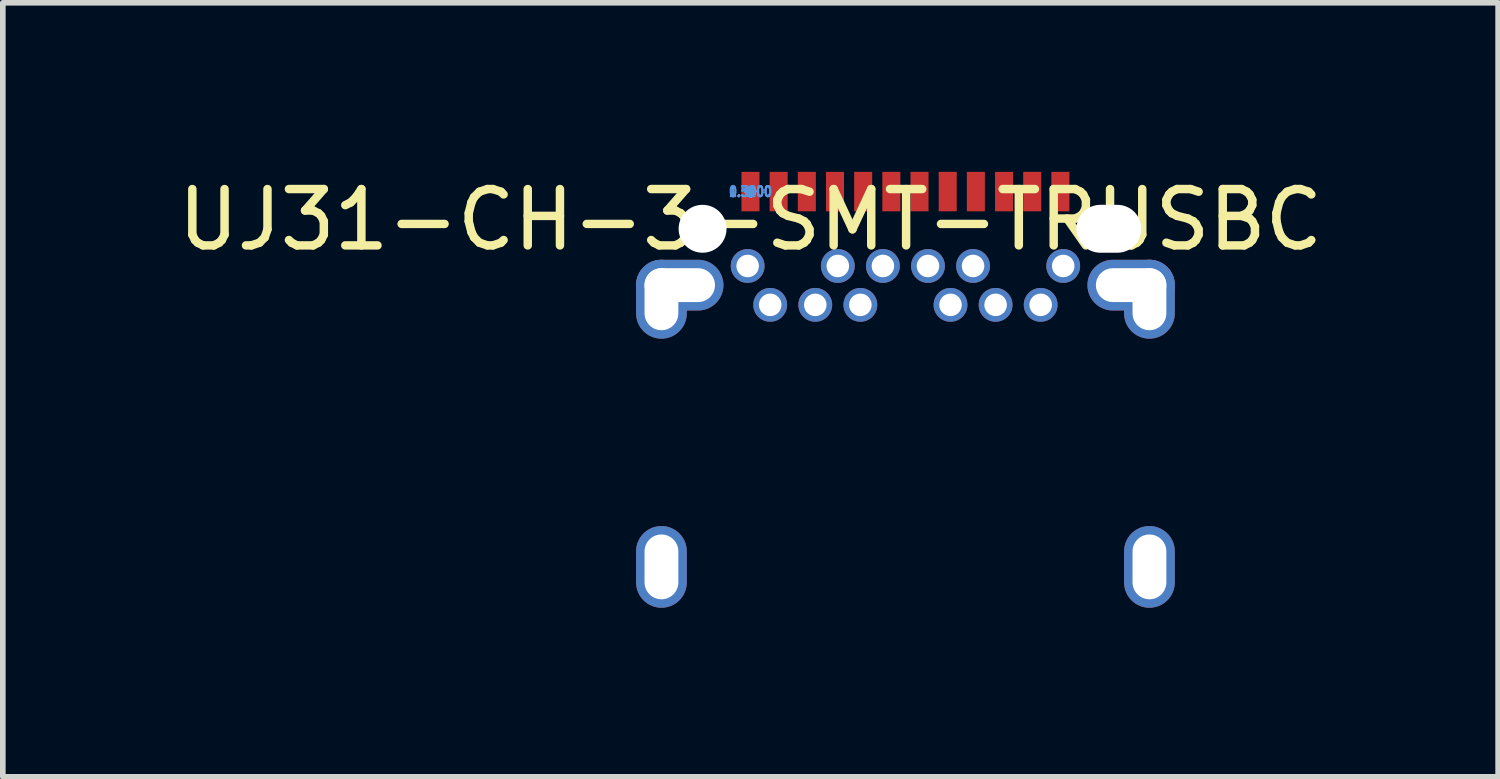
<source format=kicad_pcb>
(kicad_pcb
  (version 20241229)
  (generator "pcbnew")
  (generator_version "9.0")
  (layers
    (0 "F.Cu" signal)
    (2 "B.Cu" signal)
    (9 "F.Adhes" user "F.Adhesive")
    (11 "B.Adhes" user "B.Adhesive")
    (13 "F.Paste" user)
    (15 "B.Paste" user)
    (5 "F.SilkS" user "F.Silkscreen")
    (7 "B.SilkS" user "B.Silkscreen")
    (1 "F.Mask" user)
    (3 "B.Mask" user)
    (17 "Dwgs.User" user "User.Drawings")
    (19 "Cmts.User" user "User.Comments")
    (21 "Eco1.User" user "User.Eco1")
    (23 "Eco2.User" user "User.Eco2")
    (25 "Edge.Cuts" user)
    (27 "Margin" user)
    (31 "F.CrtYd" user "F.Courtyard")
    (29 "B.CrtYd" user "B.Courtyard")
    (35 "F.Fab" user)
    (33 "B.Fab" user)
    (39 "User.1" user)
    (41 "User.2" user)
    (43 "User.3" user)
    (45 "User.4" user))
  (footprint "UJ31-CH-3-SMT-TRUSBC"
    (layer "F.Cu")
    (at 10.268 0.35)
    (property "Reference" "UJ31-CH-3-SMT-TRUSBC" (at 0 0.5 0) (layer "F.SilkS") (effects (font (size 1 1) (thickness 0.15))))
    (attr through_hole)
    (fp_line (start 0 0) (end 0 0) (stroke (width 0.1) (type solid)) (layer "Dwgs.User"))
    (fp_line (start 0 0) (end 0 0) (stroke (width 0.1) (type solid)) (layer "Dwgs.User"))
    (fp_line (start 0 0) (end 0 0) (stroke (width 0.1) (type solid)) (layer "Dwgs.User"))
    (fp_line (start 0 0) (end 0 0) (stroke (width 0.1) (type solid)) (layer "Dwgs.User"))
    (fp_line (start 0 0) (end 0 0) (stroke (width 0.1) (type solid)) (layer "Dwgs.User"))
    (fp_line (start 0 0) (end 0 0) (stroke (width 0.1) (type solid)) (layer "Dwgs.User"))
    (fp_line (start 0 0) (end 0 0) (stroke (width 0.1) (type solid)) (layer "Dwgs.User"))
    (fp_line (start 0 0) (end 0 0) (stroke (width 0.1) (type solid)) (layer "Dwgs.User"))
    (fp_line (start 0 0) (end 0 0) (stroke (width 0.1) (type solid)) (layer "Dwgs.User"))
    (fp_line (start 0 0) (end 0 0) (stroke (width 0.1) (type solid)) (layer "Dwgs.User"))
    (fp_line (start 0 0) (end 0 0) (stroke (width 0.1) (type solid)) (layer "Dwgs.User"))
    (fp_line (start 0 0) (end 0 0) (stroke (width 0.1) (type solid)) (layer "Dwgs.User"))
    (fp_line (start 0 0) (end 0 0) (stroke (width 0.1) (type solid)) (layer "Dwgs.User"))
    (fp_line (start 0 0) (end 0 0) (stroke (width 0.1) (type solid)) (layer "Dwgs.User"))
    (fp_line (start 0 0) (end 0 0) (stroke (width 0.1) (type solid)) (layer "Dwgs.User"))
    (fp_line (start 0 0) (end 0 0) (stroke (width 0.1) (type solid)) (layer "Dwgs.User"))
    (fp_line (start 0 0) (end 0 0) (stroke (width 0.1) (type solid)) (layer "Dwgs.User"))
    (fp_line (start 0 0) (end 0 0) (stroke (width 0.1) (type solid)) (layer "Dwgs.User"))
    (fp_line (start 0 0) (end 0 0) (stroke (width 0.1) (type solid)) (layer "Dwgs.User"))
    (fp_line (start 0 0) (end 0 0) (stroke (width 0.1) (type solid)) (layer "Dwgs.User"))
    (fp_line (start 0 0) (end 0 0) (stroke (width 0.1) (type solid)) (layer "Dwgs.User"))
    (fp_line (start 0 0) (end 0 0) (stroke (width 0.1) (type solid)) (layer "Dwgs.User"))
    (fp_line (start 0 0) (end 0 0) (stroke (width 0.1) (type solid)) (layer "Dwgs.User"))
    (fp_line (start 0 0) (end 0 0) (stroke (width 0.1) (type solid)) (layer "Dwgs.User"))
    (fp_line (start 0 0) (end 0 0) (stroke (width 0.1) (type solid)) (layer "Dwgs.User"))
    (fp_line (start 0 0) (end 0 0) (stroke (width 0.1) (type solid)) (layer "Dwgs.User"))
    (fp_line (start 0 0) (end 0 0) (stroke (width 0.1) (type solid)) (layer "Dwgs.User"))
    (fp_line (start 0 0) (end 0 0) (stroke (width 0.1) (type solid)) (layer "Dwgs.User"))
    (fp_line (start 0 0) (end 0 0) (stroke (width 0.1) (type solid)) (layer "Dwgs.User"))
    (fp_line (start 0 0) (end 0 0) (stroke (width 0.1) (type solid)) (layer "Dwgs.User"))
    (fp_line (start 0 0) (end 0 0) (stroke (width 0.1) (type solid)) (layer "Dwgs.User"))
    (fp_line (start 0 0) (end 0 0) (stroke (width 0.1) (type solid)) (layer "Dwgs.User"))
    (fp_line (start 0 0) (end 0 0) (stroke (width 0.1) (type solid)) (layer "Dwgs.User"))
    (fp_line (start 0 0) (end 0 0) (stroke (width 0.1) (type solid)) (layer "Dwgs.User"))
    (fp_line (start 0 0) (end 0 0) (stroke (width 0.1) (type solid)) (layer "Dwgs.User"))
    (fp_line (start 0 0) (end 0 0) (stroke (width 0.1) (type solid)) (layer "Dwgs.User"))
    (fp_line (start 0 0) (end 0 0) (stroke (width 0.1) (type solid)) (layer "Dwgs.User"))
    (fp_line (start 0 0) (end 0 0) (stroke (width 0.1) (type solid)) (layer "Dwgs.User"))
    (fp_line (start 0 0) (end 0 0) (stroke (width 0.1) (type solid)) (layer "Dwgs.User"))
    (fp_line (start 0 0) (end 0 0) (stroke (width 0.1) (type solid)) (layer "Dwgs.User"))
    (fp_line (start 0 0) (end 0 0) (stroke (width 0.1) (type solid)) (layer "Dwgs.User"))
    (fp_line (start 0 0) (end 0 0) (stroke (width 0.1) (type solid)) (layer "Dwgs.User"))
    (fp_line (start 0 0) (end 0 0) (stroke (width 0.1) (type solid)) (layer "Dwgs.User"))
    (fp_line (start 0 0) (end 0 0) (stroke (width 0.1) (type solid)) (layer "Dwgs.User"))
    (fp_line (start 0 0) (end 0 0) (stroke (width 0.1) (type solid)) (layer "Dwgs.User"))
    (fp_line (start 0 0) (end 0 0) (stroke (width 0.1) (type solid)) (layer "Dwgs.User"))
    (fp_line (start 0 0) (end 0 0) (stroke (width 0.1) (type solid)) (layer "Dwgs.User"))
    (fp_line (start 0 0) (end 0 0) (stroke (width 0.1) (type solid)) (layer "Dwgs.User"))
    (fp_line (start 0 0) (end 0 0) (stroke (width 0.1) (type solid)) (layer "Dwgs.User"))
    (fp_line (start 0 0) (end 0 0) (stroke (width 0.1) (type solid)) (layer "Dwgs.User"))
    (fp_line (start 0 0) (end 0 0) (stroke (width 0.1) (type solid)) (layer "Dwgs.User"))
    (fp_line (start 0 0) (end 0 0) (stroke (width 0.1) (type solid)) (layer "Dwgs.User"))
    (fp_line (start 0 0) (end 0 0) (stroke (width 0.1) (type solid)) (layer "Dwgs.User"))
    (fp_line (start 0 0) (end 0 0) (stroke (width 0.1) (type solid)) (layer "Dwgs.User"))
    (fp_line (start 0 0) (end 0 0) (stroke (width 0.1) (type solid)) (layer "Dwgs.User"))
    (fp_line (start 0 0) (end 0 0) (stroke (width 0.1) (type solid)) (layer "Dwgs.User"))
    (fp_line (start 0 0) (end 0 0) (stroke (width 0.1) (type solid)) (layer "Dwgs.User"))
    (fp_line (start 0 0) (end 0 0) (stroke (width 0.1) (type solid)) (layer "Dwgs.User"))
    (fp_line (start 0 0) (end 0 0) (stroke (width 0.1) (type solid)) (layer "Dwgs.User"))
    (fp_line (start 0 0) (end 0 0) (stroke (width 0.1) (type solid)) (layer "Dwgs.User"))
    (fp_line (start 0 0) (end 0 0) (stroke (width 0.1) (type solid)) (layer "Dwgs.User"))
    (fp_line (start 0 0) (end 0 0) (stroke (width 0.1) (type solid)) (layer "Dwgs.User"))
    (fp_line (start 0 0) (end 0 0) (stroke (width 0.1) (type solid)) (layer "Dwgs.User"))
    (fp_line (start 0 0) (end 0 0) (stroke (width 0.1) (type solid)) (layer "Dwgs.User"))
    (fp_line (start 0 0) (end 0 0) (stroke (width 0.1) (type solid)) (layer "Dwgs.User"))
    (fp_line (start 0 0) (end 0 0) (stroke (width 0.1) (type solid)) (layer "Dwgs.User"))
    (fp_line (start 0 0) (end 0 0) (stroke (width 0.1) (type solid)) (layer "Dwgs.User"))
    (fp_line (start 0 0) (end 0 0) (stroke (width 0.1) (type solid)) (layer "Dwgs.User"))
    (fp_line (start 0 0) (end 0 0) (stroke (width 0.1) (type solid)) (layer "Dwgs.User"))
    (fp_line (start 0 0) (end 0 0) (stroke (width 0.1) (type solid)) (layer "Dwgs.User"))
    (fp_line (start 0 0) (end 0 0) (stroke (width 0.1) (type solid)) (layer "Dwgs.User"))
    (fp_line (start 0 0) (end 0 0) (stroke (width 0.1) (type solid)) (layer "Dwgs.User"))
    (fp_line (start 0 0) (end 0 0) (stroke (width 0.1) (type solid)) (layer "Dwgs.User"))
    (fp_line (start 0 0) (end 0 0) (stroke (width 0.1) (type solid)) (layer "Dwgs.User"))
    (fp_arc (start 0 0) (mid 0 0) (end 0 0) (stroke (width 0.1) (type solid)) (layer "Dwgs.User"))
    (fp_arc (start 0 0) (mid 0 0) (end 0 0) (stroke (width 0.1) (type solid)) (layer "Dwgs.User"))
    (fp_arc (start 0 0) (mid 0 0) (end 0 0) (stroke (width 0.1) (type solid)) (layer "Dwgs.User"))
    (fp_arc (start 0 0) (mid 0 0) (end 0 0) (stroke (width 0.1) (type solid)) (layer "Dwgs.User"))
    (fp_arc (start 0 0) (mid 0 0) (end 0 0) (stroke (width 0.1) (type solid)) (layer "Dwgs.User"))
    (fp_arc (start 0 0) (mid 0 0) (end 0 0) (stroke (width 0.1) (type solid)) (layer "Dwgs.User"))
    (fp_arc (start 0 0) (mid 0 0) (end 0 0) (stroke (width 0.1) (type solid)) (layer "Dwgs.User"))
    (fp_arc (start 0 0) (mid 0 0) (end 0 0) (stroke (width 0.1) (type solid)) (layer "Dwgs.User"))
    (fp_arc (start 0 0) (mid 0 0) (end 0 0) (stroke (width 0.1) (type solid)) (layer "Dwgs.User"))
    (fp_arc (start 0 0) (mid 0 0) (end 0 0) (stroke (width 0.1) (type solid)) (layer "Dwgs.User"))
    (fp_arc (start 0 0) (mid 0 0) (end 0 0) (stroke (width 0.1) (type solid)) (layer "Dwgs.User"))
    (fp_arc (start 0 0) (mid 0 0) (end 0 0) (stroke (width 0.1) (type solid)) (layer "Dwgs.User"))
    (fp_arc (start 0 0) (mid 0 0) (end 0 0) (stroke (width 0.1) (type solid)) (layer "Dwgs.User"))
    (fp_arc (start 0 0) (mid 0 0) (end 0 0) (stroke (width 0.1) (type solid)) (layer "Dwgs.User"))
    (fp_arc (start 0 0) (mid 0 0) (end 0 0) (stroke (width 0.1) (type solid)) (layer "Dwgs.User"))
    (fp_arc (start 0 0) (mid 0 0) (end 0 0) (stroke (width 0.1) (type solid)) (layer "Dwgs.User"))
    (fp_arc (start 0 0) (mid 0 0) (end 0 0) (stroke (width 0.1) (type solid)) (layer "Dwgs.User"))
    (fp_arc (start 0 0) (mid 0 0) (end 0 0) (stroke (width 0.1) (type solid)) (layer "Dwgs.User"))
    (fp_arc (start 0 0) (mid 0 0) (end 0 0) (stroke (width 0.1) (type solid)) (layer "Dwgs.User"))
    (fp_arc (start 0 0) (mid 0 0) (end 0 0) (stroke (width 0.1) (type solid)) (layer "Dwgs.User"))
    (fp_arc (start 0 0) (mid 0 0) (end 0 0) (stroke (width 0.1) (type solid)) (layer "Dwgs.User"))
    (fp_arc (start 0 0) (mid 0 0) (end 0 0) (stroke (width 0.1) (type solid)) (layer "Dwgs.User"))
    (fp_circle (center 0 0) (end 0 0) (stroke (width 0.1) (type solid)) (fill no) (layer "Dwgs.User"))
    (fp_circle (center 0 0) (end 0 0) (stroke (width 0.1) (type solid)) (fill no) (layer "Dwgs.User"))
    (fp_circle (center 0 0) (end 0 0) (stroke (width 0.1) (type solid)) (fill no) (layer "Dwgs.User"))
    (fp_circle (center 0 0) (end 0 0) (stroke (width 0.1) (type solid)) (fill no) (layer "Dwgs.User"))
    (fp_circle (center 0 0) (end 0 0) (stroke (width 0.1) (type solid)) (fill no) (layer "Dwgs.User"))
    (fp_circle (center 0 0) (end 0 0) (stroke (width 0.1) (type solid)) (fill no) (layer "Dwgs.User"))
    (fp_circle (center 0 0) (end 0 0) (stroke (width 0.1) (type solid)) (fill no) (layer "Dwgs.User"))
    (fp_circle (center 0 0) (end 0 0) (stroke (width 0.1) (type solid)) (fill no) (layer "Dwgs.User"))
    (fp_circle (center 0 0) (end 0 0) (stroke (width 0.1) (type solid)) (fill no) (layer "Dwgs.User"))
    (fp_circle (center 0 0) (end 0 0) (stroke (width 0.1) (type solid)) (fill no) (layer "Dwgs.User"))
    (fp_circle (center 0 0) (end 0 0) (stroke (width 0.1) (type solid)) (fill no) (layer "Dwgs.User"))
    (fp_circle (center 0 0) (end 0 0) (stroke (width 0.1) (type solid)) (fill no) (layer "Dwgs.User"))
    (fp_circle (center 0 0) (end 0 0) (stroke (width 0.1) (type solid)) (fill no) (layer "Dwgs.User"))
    (fp_circle (center 0 0) (end 0 0) (stroke (width 0.1) (type solid)) (fill no) (layer "Dwgs.User"))
    (fp_circle (center 0 0) (end 0 0) (stroke (width 0.1) (type solid)) (fill no) (layer "Dwgs.User"))
    (fp_circle (center 0 0) (end 0 0) (stroke (width 0.1) (type solid)) (fill no) (layer "Dwgs.User"))
    (fp_circle (center 0 0) (end 0 0) (stroke (width 0.1) (type solid)) (fill no) (layer "Dwgs.User"))
    (fp_circle (center 0 0) (end 0 0) (stroke (width 0.1) (type solid)) (fill no) (layer "Dwgs.User"))
    (fp_circle (center 0 0) (end 0 0) (stroke (width 0.1) (type solid)) (fill no) (layer "Dwgs.User"))
    (fp_circle (center 0 0) (end 0 0) (stroke (width 0.1) (type solid)) (fill no) (layer "Dwgs.User"))
    (fp_circle (center 0 0) (end 0 0) (stroke (width 0.1) (type solid)) (fill no) (layer "Dwgs.User"))
    (fp_circle (center 0 0) (end 0 0) (stroke (width 0.1) (type solid)) (fill no) (layer "Dwgs.User"))
    (fp_circle (center 0 0) (end 0 0) (stroke (width 0.1) (type solid)) (fill no) (layer "Dwgs.User"))
    (fp_circle (center 0 0) (end 0 0) (stroke (width 0.1) (type solid)) (fill no) (layer "Dwgs.User"))
    (fp_circle (center 0 0) (end 0 0) (stroke (width 0.1) (type solid)) (fill no) (layer "Dwgs.User"))
    (fp_line (start 0 0) (end 0 0) (stroke (width 0.1) (type solid)) (layer "Cmts.User"))
    (fp_line (start 0 0) (end 0 0) (stroke (width 0.1) (type solid)) (layer "Cmts.User"))
    (fp_line (start 0 0) (end 0 0) (stroke (width 0.1) (type solid)) (layer "Cmts.User"))
    (fp_line (start 0 0) (end 0 0) (stroke (width 0.1) (type solid)) (layer "Cmts.User"))
    (fp_line (start 0 0) (end 0 0) (stroke (width 0.1) (type solid)) (layer "Cmts.User"))
    (fp_line (start 0 0) (end 0 0) (stroke (width 0.1) (type solid)) (layer "Cmts.User"))
    (fp_line (start 0 0) (end 0 0) (stroke (width 0.1) (type solid)) (layer "Cmts.User"))
    (fp_line (start 0 0) (end 0 0) (stroke (width 0.1) (type solid)) (layer "Cmts.User"))
    (fp_line (start 0 0) (end 0 0) (stroke (width 0.1) (type solid)) (layer "Cmts.User"))
    (fp_line (start 0 0) (end 0 0) (stroke (width 0.1) (type solid)) (layer "Cmts.User"))
    (fp_line (start 0 0) (end 0 0) (stroke (width 0.1) (type solid)) (layer "Cmts.User"))
    (fp_line (start 0 0) (end 0 0) (stroke (width 0.1) (type solid)) (layer "Cmts.User"))
    (fp_line (start 0 0) (end 0 0) (stroke (width 0.1) (type solid)) (layer "Cmts.User"))
    (fp_line (start 0 0) (end 0 0) (stroke (width 0.1) (type solid)) (layer "Cmts.User"))
    (fp_line (start 0 0) (end 0 0) (stroke (width 0.1) (type solid)) (layer "Cmts.User"))
    (fp_line (start 0 0) (end 0 0) (stroke (width 0.1) (type solid)) (layer "Cmts.User"))
    (fp_line (start 0 0) (end 0 0) (stroke (width 0.1) (type solid)) (layer "Cmts.User"))
    (fp_line (start 0 0) (end 0 0) (stroke (width 0.1) (type solid)) (layer "Cmts.User"))
    (fp_line (start 0 0) (end 0 0) (stroke (width 0.1) (type solid)) (layer "Cmts.User"))
    (fp_line (start 0 0) (end 0 0) (stroke (width 0.1) (type solid)) (layer "Cmts.User"))
    (fp_line (start 0 0) (end 0 0) (stroke (width 0.1) (type solid)) (layer "Cmts.User"))
    (fp_line (start 0 0) (end 0 0) (stroke (width 0.1) (type solid)) (layer "Cmts.User"))
    (fp_line (start 0 0) (end 0 0) (stroke (width 0.1) (type solid)) (layer "Cmts.User"))
    (fp_line (start 0 0) (end 0 0) (stroke (width 0.1) (type solid)) (layer "Cmts.User"))
    (fp_line (start 0 0) (end 0 0) (stroke (width 0.1) (type solid)) (layer "Cmts.User"))
    (fp_line (start 0 0) (end 0 0) (stroke (width 0.1) (type solid)) (layer "Cmts.User"))
    (fp_line (start 0 0) (end 0 0) (stroke (width 0.1) (type solid)) (layer "Cmts.User"))
    (fp_line (start 0 0) (end 0 0) (stroke (width 0.1) (type solid)) (layer "Cmts.User"))
    (fp_line (start 0 0) (end 0 0) (stroke (width 0.1) (type solid)) (layer "Cmts.User"))
    (fp_line (start 0 0) (end 0 0) (stroke (width 0.1) (type solid)) (layer "Cmts.User"))
    (fp_line (start 0 0) (end 0 0) (stroke (width 0.1) (type solid)) (layer "Cmts.User"))
    (fp_line (start 0 0) (end 0 0) (stroke (width 0.1) (type solid)) (layer "Cmts.User"))
    (fp_line (start 0 0) (end 0 0) (stroke (width 0.1) (type solid)) (layer "Cmts.User"))
    (fp_line (start 0 0) (end 0 0) (stroke (width 0.1) (type solid)) (layer "Cmts.User"))
    (fp_line (start 0 0) (end 0 0) (stroke (width 0.1) (type solid)) (layer "Cmts.User"))
    (fp_line (start 0 0) (end 0 0) (stroke (width 0.1) (type solid)) (layer "Cmts.User"))
    (fp_line (start 0 0) (end 0 0) (stroke (width 0.1) (type solid)) (layer "Cmts.User"))
    (fp_line (start 0 0) (end 0 0) (stroke (width 0.1) (type solid)) (layer "Cmts.User"))
    (fp_line (start 0 0) (end 0 0) (stroke (width 0.1) (type solid)) (layer "Cmts.User"))
    (fp_line (start 0 0) (end 0 0) (stroke (width 0.1) (type solid)) (layer "Cmts.User"))
    (fp_line (start 0 0) (end 0 0) (stroke (width 0.1) (type solid)) (layer "Cmts.User"))
    (fp_line (start 0 0) (end 0 0) (stroke (width 0.1) (type solid)) (layer "Cmts.User"))
    (fp_line (start 0 0) (end 0 0) (stroke (width 0.1) (type solid)) (layer "Cmts.User"))
    (fp_line (start 0 0) (end 0 0) (stroke (width 0.1) (type solid)) (layer "Cmts.User"))
    (fp_line (start 0 0) (end 0 0) (stroke (width 0.1) (type solid)) (layer "Cmts.User"))
    (fp_line (start 0 0) (end 0 0) (stroke (width 0.1) (type solid)) (layer "Cmts.User"))
    (fp_line (start 0 0) (end 0 0) (stroke (width 0.1) (type solid)) (layer "Cmts.User"))
    (fp_line (start 0 0) (end 0 0) (stroke (width 0.1) (type solid)) (layer "Cmts.User"))
    (fp_line (start 0 0) (end 0 0) (stroke (width 0.1) (type solid)) (layer "Cmts.User"))
    (fp_line (start 0 0) (end 0 0) (stroke (width 0.1) (type solid)) (layer "Cmts.User"))
    (fp_line (start 0 0) (end 0 0) (stroke (width 0.1) (type solid)) (layer "Cmts.User"))
    (fp_line (start 0 0) (end 0 0) (stroke (width 0.1) (type solid)) (layer "Cmts.User"))
    (fp_line (start 0 0) (end 0 0) (stroke (width 0.1) (type solid)) (layer "Cmts.User"))
    (fp_line (start 0 0) (end 0 0) (stroke (width 0.1) (type solid)) (layer "Cmts.User"))
    (fp_line (start 0 0) (end 0 0) (stroke (width 0.1) (type solid)) (layer "Cmts.User"))
    (fp_line (start 0 0) (end 0 0) (stroke (width 0.1) (type solid)) (layer "Cmts.User"))
    (fp_line (start 0 0) (end 0 0) (stroke (width 0.1) (type solid)) (layer "Cmts.User"))
    (fp_line (start 0 0) (end 0 0) (stroke (width 0.1) (type solid)) (layer "Cmts.User"))
    (fp_line (start 0 0) (end 0 0) (stroke (width 0.1) (type solid)) (layer "Cmts.User"))
    (fp_line (start 0 0) (end 0 0) (stroke (width 0.1) (type solid)) (layer "Cmts.User"))
    (fp_line (start 0 0) (end 0 0) (stroke (width 0.1) (type solid)) (layer "Cmts.User"))
    (fp_line (start 0 0) (end 0 0) (stroke (width 0.1) (type solid)) (layer "Cmts.User"))
    (fp_line (start 0 0) (end 0 0) (stroke (width 0.1) (type solid)) (layer "Cmts.User"))
    (fp_line (start 0 0) (end 0 0) (stroke (width 0.1) (type solid)) (layer "Cmts.User"))
    (fp_line (start 0 0) (end 0 0) (stroke (width 0.1) (type solid)) (layer "Cmts.User"))
    (fp_line (start 0 0) (end 0 0) (stroke (width 0.1) (type solid)) (layer "Cmts.User"))
    (fp_line (start 0 0) (end 0 0) (stroke (width 0.1) (type solid)) (layer "Cmts.User"))
    (fp_line (start 0 0) (end 0 0) (stroke (width 0.1) (type solid)) (layer "Cmts.User"))
    (fp_line (start 0 0) (end 0 0) (stroke (width 0.1) (type solid)) (layer "Cmts.User"))
    (fp_line (start 0 0) (end 0 0) (stroke (width 0.1) (type solid)) (layer "Cmts.User"))
    (fp_arc (start 0 0) (mid 0 0) (end 0 0) (stroke (width 0.1) (type solid)) (layer "Cmts.User"))
    (fp_arc (start 0 0) (mid 0 0) (end 0 0) (stroke (width 0.1) (type solid)) (layer "Cmts.User"))
    (fp_arc (start 0 0) (mid 0 0) (end 0 0) (stroke (width 0.1) (type solid)) (layer "Cmts.User"))
    (fp_arc (start 0 0) (mid 0 0) (end 0 0) (stroke (width 0.1) (type solid)) (layer "Cmts.User"))
    (fp_arc (start 0 0) (mid 0 0) (end 0 0) (stroke (width 0.1) (type solid)) (layer "Cmts.User"))
    (fp_arc (start 0 0) (mid 0 0) (end 0 0) (stroke (width 0.1) (type solid)) (layer "Cmts.User"))
    (fp_arc (start 0 0) (mid 0 0) (end 0 0) (stroke (width 0.1) (type solid)) (layer "Cmts.User"))
    (fp_arc (start 0 0) (mid 0 0) (end 0 0) (stroke (width 0.1) (type solid)) (layer "Cmts.User"))
    (fp_arc (start 0 0) (mid 0 0) (end 0 0) (stroke (width 0.1) (type solid)) (layer "Cmts.User"))
    (fp_arc (start 0 0) (mid 0 0) (end 0 0) (stroke (width 0.1) (type solid)) (layer "Cmts.User"))
    (fp_arc (start 0 0) (mid 0 0) (end 0 0) (stroke (width 0.1) (type solid)) (layer "Cmts.User"))
    (fp_arc (start 0 0) (mid 0 0) (end 0 0) (stroke (width 0.1) (type solid)) (layer "Cmts.User"))
    (fp_circle (center 0 0) (end 0 0) (stroke (width 0.1) (type solid)) (fill no) (layer "Cmts.User"))
    (fp_circle (center 0 0) (end 0 0) (stroke (width 0.1) (type solid)) (fill no) (layer "Cmts.User"))
    (fp_circle (center 0 0) (end 0 0) (stroke (width 0.1) (type solid)) (fill no) (layer "Cmts.User"))
    (fp_circle (center 0 0) (end 0 0) (stroke (width 0.1) (type solid)) (fill no) (layer "Cmts.User"))
    (fp_circle (center 0 0) (end 0 0) (stroke (width 0.1) (type solid)) (fill no) (layer "Cmts.User"))
    (fp_circle (center 0 0) (end 0 0) (stroke (width 0.1) (type solid)) (fill no) (layer "Cmts.User"))
    (fp_circle (center 0 0) (end 0 0) (stroke (width 0.1) (type solid)) (fill no) (layer "Cmts.User"))
    (fp_circle (center 0 0) (end 0 0) (stroke (width 0.1) (type solid)) (fill no) (layer "Cmts.User"))
    (fp_circle (center 0 0) (end 0 0) (stroke (width 0.1) (type solid)) (fill no) (layer "Cmts.User"))
    (fp_circle (center 0 0) (end 0 0) (stroke (width 0.1) (type solid)) (fill no) (layer "Cmts.User"))
    (fp_circle (center 0 0) (end 0 0) (stroke (width 0.1) (type solid)) (fill no) (layer "Cmts.User"))
    (fp_circle (center 0 0) (end 0 0) (stroke (width 0.1) (type solid)) (fill no) (layer "Cmts.User"))
    (fp_circle (center 0 0) (end 0 0) (stroke (width 0.1) (type solid)) (fill no) (layer "Cmts.User"))
    (fp_text user "1.3200" (at 0 0 0) (layer "Cmts.User") (effects (font (size 0.18 0.144) (thickness 0.1))))
    (fp_text user "0.5000" (at 0 0 0) (layer "Cmts.User") (effects (font (size 0.18 0.144) (thickness 0.1))))
    (pad "" np_thru_hole circle (at -0.85 0.66) (size 0.85 0.85) (drill 0.85) (layers "*.Cu" "*.Mask"))
    (pad "" np_thru_hole oval (at 6.36 0.66) (size 1.15 0.85) (drill oval 1.15 0.85) (layers "*.Cu" "*.Mask"))
    (pad "A1" smd rect (at 0 0) (size 0.32 0.7) (layers "F.Cu" "F.Mask" "F.Paste"))
    (pad "A2" smd rect (at 0.5 0) (size 0.32 0.7) (layers "F.Cu" "F.Mask" "F.Paste"))
    (pad "A3" smd rect (at 1 0) (size 0.32 0.7) (layers "F.Cu" "F.Mask" "F.Paste"))
    (pad "A4" smd rect (at 1.5 0) (size 0.32 0.7) (layers "F.Cu" "F.Mask" "F.Paste"))
    (pad "A5" smd rect (at 2 0) (size 0.32 0.7) (layers "F.Cu" "F.Mask" "F.Paste"))
    (pad "A6" smd rect (at 2.5 0) (size 0.32 0.7) (layers "F.Cu" "F.Mask" "F.Paste"))
    (pad "A7" smd rect (at 3 0) (size 0.32 0.7) (layers "F.Cu" "F.Mask" "F.Paste"))
    (pad "A8" smd rect (at 3.5 0) (size 0.32 0.7) (layers "F.Cu" "F.Mask" "F.Paste"))
    (pad "A9" smd rect (at 4 0) (size 0.32 0.7) (layers "F.Cu" "F.Mask" "F.Paste"))
    (pad "A10" smd rect (at 4.5 0) (size 0.32 0.7) (layers "F.Cu" "F.Mask" "F.Paste"))
    (pad "A11" smd rect (at 5 0) (size 0.32 0.7) (layers "F.Cu" "F.Mask" "F.Paste"))
    (pad "A12" smd rect (at 5.5 0) (size 0.32 0.7) (layers "F.Cu" "F.Mask" "F.Paste"))
    (pad "B1" thru_hole circle (at 5.55 1.32) (size 0.6 0.6) (drill 0.4) (layers "*.Cu" "*.Mask"))
    (pad "B2" thru_hole circle (at 5.15 2.01) (size 0.6 0.6) (drill 0.4) (layers "*.Cu" "*.Mask"))
    (pad "B3" thru_hole circle (at 4.35 2.01) (size 0.6 0.6) (drill 0.4) (layers "*.Cu" "*.Mask"))
    (pad "B4" thru_hole circle (at 3.95 1.32) (size 0.6 0.6) (drill 0.4) (layers "*.Cu" "*.Mask"))
    (pad "B5" thru_hole circle (at 3.55 2.01) (size 0.6 0.6) (drill 0.4) (layers "*.Cu" "*.Mask"))
    (pad "B6" thru_hole circle (at 3.15 1.32) (size 0.6 0.6) (drill 0.4) (layers "*.Cu" "*.Mask"))
    (pad "B7" thru_hole circle (at 2.35 1.32) (size 0.6 0.6) (drill 0.4) (layers "*.Cu" "*.Mask"))
    (pad "B8" thru_hole circle (at 1.95 2.01) (size 0.6 0.6) (drill 0.4) (layers "*.Cu" "*.Mask"))
    (pad "B9" thru_hole circle (at 1.55 1.32) (size 0.6 0.6) (drill 0.4) (layers "*.Cu" "*.Mask"))
    (pad "B10" thru_hole circle (at 1.15 2.01) (size 0.6 0.6) (drill 0.4) (layers "*.Cu" "*.Mask"))
    (pad "B11" thru_hole circle (at 0.35 2.01) (size 0.6 0.6) (drill 0.4) (layers "*.Cu" "*.Mask"))
    (pad "B12" thru_hole circle (at -0.05 1.32) (size 0.6 0.6) (drill 0.4) (layers "*.Cu" "*.Mask"))
    (pad "GND" thru_hole oval (at -1.58 6.66) (size 0.9 1.45) (drill oval 0.6 1.15) (layers "*.Cu" "*.Mask"))
    (pad "GND" thru_hole oval (at -1.255 1.66) (size 1.55 0.9) (drill oval 1.25 0.6) (layers "*.Cu" "*.Mask"))
    (pad "GND" thru_hole oval (at 6.755 1.66) (size 1.55 0.9) (drill oval 1.25 0.6) (layers "*.Cu" "*.Mask"))
    (pad "GND" thru_hole oval (at 7.08 6.66) (size 0.9 1.45) (drill oval 0.6 1.15) (layers "*.Cu" "*.Mask"))
    (pad "GND1" thru_hole oval (at -1.58 1.91) (size 0.9 1.4) (drill oval 0.6 1.1) (layers "*.Cu" "*.Mask"))
    (pad "GND1" thru_hole oval (at 7.08 1.91) (size 0.9 1.4) (drill oval 0.6 1.1) (layers "*.Cu" "*.Mask")))
  (gr_rect
    (start -3 -3)
    (end 23.536 10.735)
    (stroke (width 0.1) (type default))
    (fill no)
    (layer "Edge.Cuts")))
</source>
